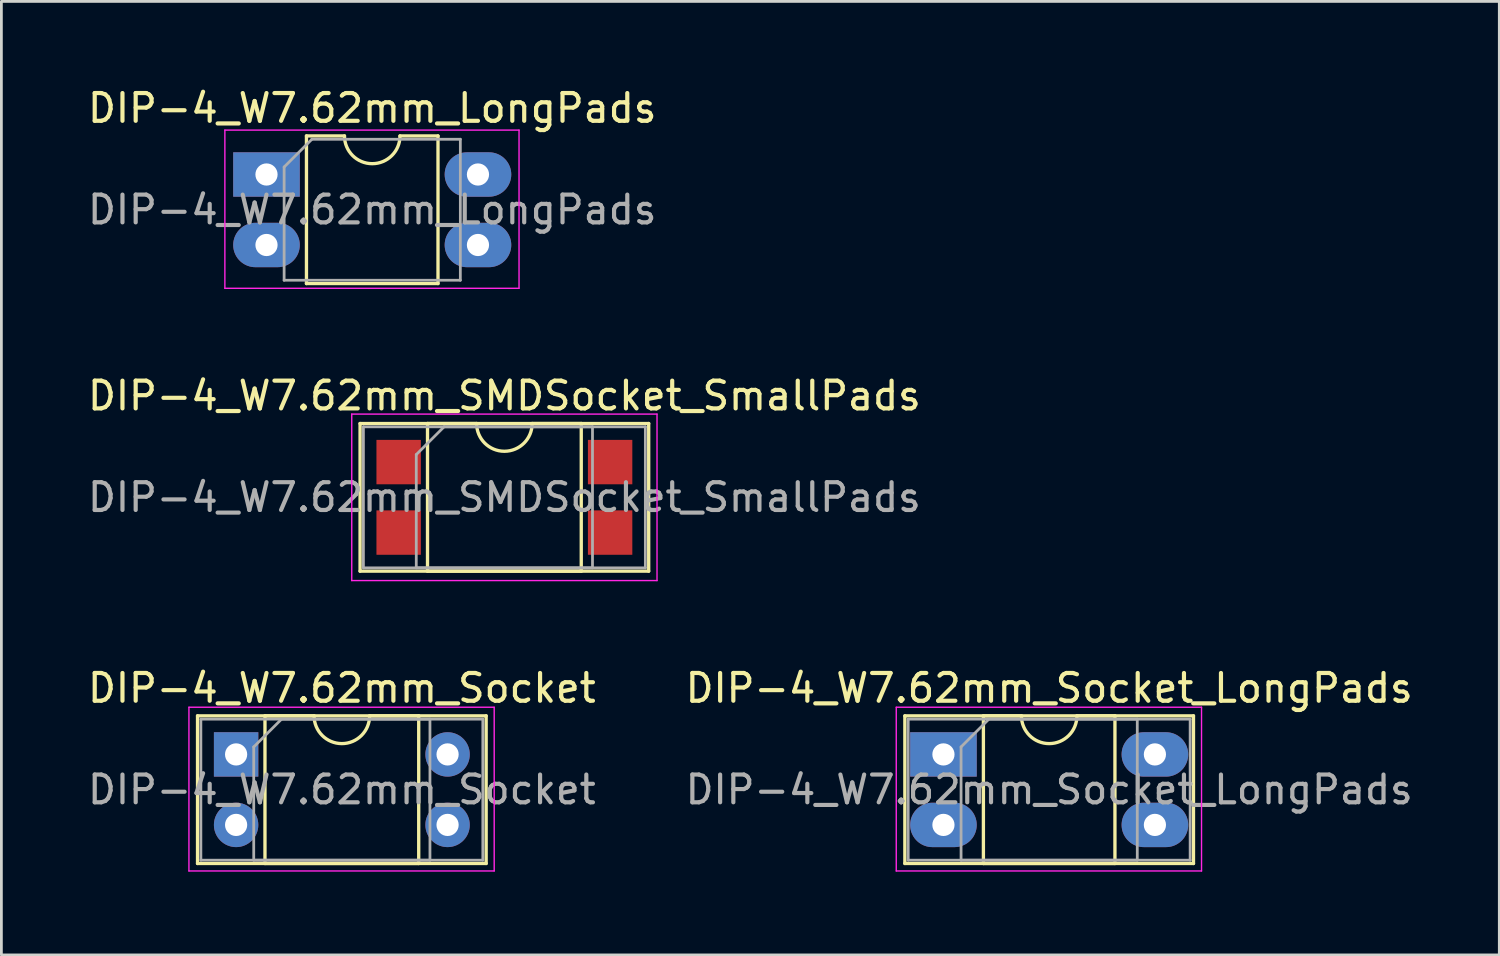
<source format=kicad_pcb>
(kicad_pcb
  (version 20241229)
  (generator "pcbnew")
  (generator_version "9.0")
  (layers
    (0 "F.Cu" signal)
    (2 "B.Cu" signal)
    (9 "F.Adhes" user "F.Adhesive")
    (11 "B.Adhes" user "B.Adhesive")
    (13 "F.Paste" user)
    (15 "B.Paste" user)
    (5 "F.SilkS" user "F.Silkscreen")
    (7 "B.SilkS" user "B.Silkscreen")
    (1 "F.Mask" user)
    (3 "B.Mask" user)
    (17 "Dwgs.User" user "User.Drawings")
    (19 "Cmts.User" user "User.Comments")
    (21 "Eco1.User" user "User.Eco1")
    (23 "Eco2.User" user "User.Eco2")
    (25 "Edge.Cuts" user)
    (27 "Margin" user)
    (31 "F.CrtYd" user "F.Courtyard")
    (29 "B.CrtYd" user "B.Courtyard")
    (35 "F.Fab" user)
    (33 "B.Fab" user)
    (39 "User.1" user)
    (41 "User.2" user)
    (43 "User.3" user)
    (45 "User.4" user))
  (footprint "DIP-4_W7.62mm_Socket_LongPads"
    (layer "F.Cu")
    (at 30.946 24.135)
    (property "Reference" "DIP-4_W7.62mm_Socket_LongPads" (at 3.81 -2.39 0) (layer "F.SilkS") (effects (font (size 1 1) (thickness 0.15))))
    (attr through_hole)
    (fp_line (start -1.39 -1.39) (end -1.39 3.93) (stroke (width 0.12) (type solid)) (layer "F.SilkS"))
    (fp_line (start -1.39 3.93) (end 9.01 3.93) (stroke (width 0.12) (type solid)) (layer "F.SilkS"))
    (fp_line (start 1.44 -1.39) (end 1.44 3.93) (stroke (width 0.12) (type solid)) (layer "F.SilkS"))
    (fp_line (start 1.44 3.93) (end 6.18 3.93) (stroke (width 0.12) (type solid)) (layer "F.SilkS"))
    (fp_line (start 2.81 -1.39) (end 1.44 -1.39) (stroke (width 0.12) (type solid)) (layer "F.SilkS"))
    (fp_line (start 6.18 -1.39) (end 4.81 -1.39) (stroke (width 0.12) (type solid)) (layer "F.SilkS"))
    (fp_line (start 6.18 3.93) (end 6.18 -1.39) (stroke (width 0.12) (type solid)) (layer "F.SilkS"))
    (fp_line (start 9.01 -1.39) (end -1.39 -1.39) (stroke (width 0.12) (type solid)) (layer "F.SilkS"))
    (fp_line (start 9.01 3.93) (end 9.01 -1.39) (stroke (width 0.12) (type solid)) (layer "F.SilkS"))
    (fp_arc (start 4.81 -1.39) (mid 3.81 -0.39) (end 2.81 -1.39) (stroke (width 0.12) (type solid)) (layer "F.SilkS"))
    (fp_line (start -1.7 -1.7) (end -1.7 4.2) (stroke (width 0.05) (type solid)) (layer "F.CrtYd"))
    (fp_line (start -1.7 4.2) (end 9.3 4.2) (stroke (width 0.05) (type solid)) (layer "F.CrtYd"))
    (fp_line (start 9.3 -1.7) (end -1.7 -1.7) (stroke (width 0.05) (type solid)) (layer "F.CrtYd"))
    (fp_line (start 9.3 4.2) (end 9.3 -1.7) (stroke (width 0.05) (type solid)) (layer "F.CrtYd"))
    (fp_line (start -1.27 -1.27) (end -1.27 3.81) (stroke (width 0.1) (type solid)) (layer "F.Fab"))
    (fp_line (start -1.27 3.81) (end 8.89 3.81) (stroke (width 0.1) (type solid)) (layer "F.Fab"))
    (fp_line (start 0.635 -0.27) (end 1.635 -1.27) (stroke (width 0.1) (type solid)) (layer "F.Fab"))
    (fp_line (start 0.635 3.81) (end 0.635 -0.27) (stroke (width 0.1) (type solid)) (layer "F.Fab"))
    (fp_line (start 1.635 -1.27) (end 6.985 -1.27) (stroke (width 0.1) (type solid)) (layer "F.Fab"))
    (fp_line (start 6.985 -1.27) (end 6.985 3.81) (stroke (width 0.1) (type solid)) (layer "F.Fab"))
    (fp_line (start 6.985 3.81) (end 0.635 3.81) (stroke (width 0.1) (type solid)) (layer "F.Fab"))
    (fp_line (start 8.89 -1.27) (end -1.27 -1.27) (stroke (width 0.1) (type solid)) (layer "F.Fab"))
    (fp_line (start 8.89 3.81) (end 8.89 -1.27) (stroke (width 0.1) (type solid)) (layer "F.Fab"))
    (fp_text user "${REFERENCE}" (at 3.81 1.27 0) (layer "F.Fab") (effects (font (size 1 1) (thickness 0.15))))
    (pad "1" thru_hole rect (at 0 0) (size 2.4 1.6) (drill 0.8) (layers "*.Cu" "*.Mask"))
    (pad "2" thru_hole oval (at 0 2.54) (size 2.4 1.6) (drill 0.8) (layers "*.Cu" "*.Mask"))
    (pad "3" thru_hole oval (at 7.62 2.54) (size 2.4 1.6) (drill 0.8) (layers "*.Cu" "*.Mask"))
    (pad "4" thru_hole oval (at 7.62 0) (size 2.4 1.6) (drill 0.8) (layers "*.Cu" "*.Mask")))
  (footprint "DIP-4_W7.62mm_Socket"
    (layer "F.Cu")
    (at 5.458 24.135)
    (property "Reference" "DIP-4_W7.62mm_Socket" (at 3.81 -2.39 0) (layer "F.SilkS") (effects (font (size 1 1) (thickness 0.15))))
    (attr through_hole)
    (fp_line (start -1.39 -1.39) (end -1.39 3.93) (stroke (width 0.12) (type solid)) (layer "F.SilkS"))
    (fp_line (start -1.39 3.93) (end 9.01 3.93) (stroke (width 0.12) (type solid)) (layer "F.SilkS"))
    (fp_line (start 1.04 -1.39) (end 1.04 3.93) (stroke (width 0.12) (type solid)) (layer "F.SilkS"))
    (fp_line (start 1.04 3.93) (end 6.58 3.93) (stroke (width 0.12) (type solid)) (layer "F.SilkS"))
    (fp_line (start 2.81 -1.39) (end 1.04 -1.39) (stroke (width 0.12) (type solid)) (layer "F.SilkS"))
    (fp_line (start 6.58 -1.39) (end 4.81 -1.39) (stroke (width 0.12) (type solid)) (layer "F.SilkS"))
    (fp_line (start 6.58 3.93) (end 6.58 -1.39) (stroke (width 0.12) (type solid)) (layer "F.SilkS"))
    (fp_line (start 9.01 -1.39) (end -1.39 -1.39) (stroke (width 0.12) (type solid)) (layer "F.SilkS"))
    (fp_line (start 9.01 3.93) (end 9.01 -1.39) (stroke (width 0.12) (type solid)) (layer "F.SilkS"))
    (fp_arc (start 4.81 -1.39) (mid 3.81 -0.39) (end 2.81 -1.39) (stroke (width 0.12) (type solid)) (layer "F.SilkS"))
    (fp_line (start -1.7 -1.7) (end -1.7 4.2) (stroke (width 0.05) (type solid)) (layer "F.CrtYd"))
    (fp_line (start -1.7 4.2) (end 9.3 4.2) (stroke (width 0.05) (type solid)) (layer "F.CrtYd"))
    (fp_line (start 9.3 -1.7) (end -1.7 -1.7) (stroke (width 0.05) (type solid)) (layer "F.CrtYd"))
    (fp_line (start 9.3 4.2) (end 9.3 -1.7) (stroke (width 0.05) (type solid)) (layer "F.CrtYd"))
    (fp_line (start -1.27 -1.27) (end -1.27 3.81) (stroke (width 0.1) (type solid)) (layer "F.Fab"))
    (fp_line (start -1.27 3.81) (end 8.89 3.81) (stroke (width 0.1) (type solid)) (layer "F.Fab"))
    (fp_line (start 0.635 -0.27) (end 1.635 -1.27) (stroke (width 0.1) (type solid)) (layer "F.Fab"))
    (fp_line (start 0.635 3.81) (end 0.635 -0.27) (stroke (width 0.1) (type solid)) (layer "F.Fab"))
    (fp_line (start 1.635 -1.27) (end 6.985 -1.27) (stroke (width 0.1) (type solid)) (layer "F.Fab"))
    (fp_line (start 6.985 -1.27) (end 6.985 3.81) (stroke (width 0.1) (type solid)) (layer "F.Fab"))
    (fp_line (start 6.985 3.81) (end 0.635 3.81) (stroke (width 0.1) (type solid)) (layer "F.Fab"))
    (fp_line (start 8.89 -1.27) (end -1.27 -1.27) (stroke (width 0.1) (type solid)) (layer "F.Fab"))
    (fp_line (start 8.89 3.81) (end 8.89 -1.27) (stroke (width 0.1) (type solid)) (layer "F.Fab"))
    (fp_text user "${REFERENCE}" (at 3.81 1.27 0) (layer "F.Fab") (effects (font (size 1 1) (thickness 0.15))))
    (pad "1" thru_hole rect (at 0 0) (size 1.6 1.6) (drill 0.8) (layers "*.Cu" "*.Mask"))
    (pad "2" thru_hole oval (at 0 2.54) (size 1.6 1.6) (drill 0.8) (layers "*.Cu" "*.Mask"))
    (pad "3" thru_hole oval (at 7.62 2.54) (size 1.6 1.6) (drill 0.8) (layers "*.Cu" "*.Mask"))
    (pad "4" thru_hole oval (at 7.62 0) (size 1.6 1.6) (drill 0.8) (layers "*.Cu" "*.Mask")))
  (footprint "DIP-4_W7.62mm_SMDSocket_SmallPads"
    (layer "F.Cu")
    (at 15.125 14.871)
    (property "Reference" "DIP-4_W7.62mm_SMDSocket_SmallPads" (at 0 -3.66 0) (layer "F.SilkS") (effects (font (size 1 1) (thickness 0.15))))
    (attr smd)
    (fp_line (start -5.2 -2.66) (end -5.2 2.66) (stroke (width 0.12) (type solid)) (layer "F.SilkS"))
    (fp_line (start -5.2 2.66) (end 5.2 2.66) (stroke (width 0.12) (type solid)) (layer "F.SilkS"))
    (fp_line (start -2.77 -2.66) (end -2.77 2.66) (stroke (width 0.12) (type solid)) (layer "F.SilkS"))
    (fp_line (start -2.77 2.66) (end 2.77 2.66) (stroke (width 0.12) (type solid)) (layer "F.SilkS"))
    (fp_line (start -1 -2.66) (end -2.77 -2.66) (stroke (width 0.12) (type solid)) (layer "F.SilkS"))
    (fp_line (start 2.77 -2.66) (end 1 -2.66) (stroke (width 0.12) (type solid)) (layer "F.SilkS"))
    (fp_line (start 2.77 2.66) (end 2.77 -2.66) (stroke (width 0.12) (type solid)) (layer "F.SilkS"))
    (fp_line (start 5.2 -2.66) (end -5.2 -2.66) (stroke (width 0.12) (type solid)) (layer "F.SilkS"))
    (fp_line (start 5.2 2.66) (end 5.2 -2.66) (stroke (width 0.12) (type solid)) (layer "F.SilkS"))
    (fp_arc (start 1 -2.66) (mid 0 -1.66) (end -1 -2.66) (stroke (width 0.12) (type solid)) (layer "F.SilkS"))
    (fp_line (start -5.5 -3) (end -5.5 3) (stroke (width 0.05) (type solid)) (layer "F.CrtYd"))
    (fp_line (start -5.5 3) (end 5.5 3) (stroke (width 0.05) (type solid)) (layer "F.CrtYd"))
    (fp_line (start 5.5 -3) (end -5.5 -3) (stroke (width 0.05) (type solid)) (layer "F.CrtYd"))
    (fp_line (start 5.5 3) (end 5.5 -3) (stroke (width 0.05) (type solid)) (layer "F.CrtYd"))
    (fp_line (start -5.08 -2.54) (end -5.08 2.54) (stroke (width 0.1) (type solid)) (layer "F.Fab"))
    (fp_line (start -5.08 2.54) (end 5.08 2.54) (stroke (width 0.1) (type solid)) (layer "F.Fab"))
    (fp_line (start -3.175 -1.54) (end -2.175 -2.54) (stroke (width 0.1) (type solid)) (layer "F.Fab"))
    (fp_line (start -3.175 2.54) (end -3.175 -1.54) (stroke (width 0.1) (type solid)) (layer "F.Fab"))
    (fp_line (start -2.175 -2.54) (end 3.175 -2.54) (stroke (width 0.1) (type solid)) (layer "F.Fab"))
    (fp_line (start 3.175 -2.54) (end 3.175 2.54) (stroke (width 0.1) (type solid)) (layer "F.Fab"))
    (fp_line (start 3.175 2.54) (end -3.175 2.54) (stroke (width 0.1) (type solid)) (layer "F.Fab"))
    (fp_line (start 5.08 -2.54) (end -5.08 -2.54) (stroke (width 0.1) (type solid)) (layer "F.Fab"))
    (fp_line (start 5.08 2.54) (end 5.08 -2.54) (stroke (width 0.1) (type solid)) (layer "F.Fab"))
    (fp_text user "${REFERENCE}" (at 0 0 0) (layer "F.Fab") (effects (font (size 1 1) (thickness 0.15))))
    (pad "1" smd rect (at -3.81 -1.27) (size 1.6 1.6) (layers "F.Cu" "F.Mask" "F.Paste"))
    (pad "2" smd rect (at -3.81 1.27) (size 1.6 1.6) (layers "F.Cu" "F.Mask" "F.Paste"))
    (pad "3" smd rect (at 3.81 1.27) (size 1.6 1.6) (layers "F.Cu" "F.Mask" "F.Paste"))
    (pad "4" smd rect (at 3.81 -1.27) (size 1.6 1.6) (layers "F.Cu" "F.Mask" "F.Paste")))
  (footprint "DIP-4_W7.62mm_LongPads"
    (layer "F.Cu")
    (at 6.553 3.238)
    (property "Reference" "DIP-4_W7.62mm_LongPads" (at 3.81 -2.39 0) (layer "F.SilkS") (effects (font (size 1 1) (thickness 0.15))))
    (attr through_hole)
    (fp_line (start 1.44 -1.39) (end 1.44 3.93) (stroke (width 0.12) (type solid)) (layer "F.SilkS"))
    (fp_line (start 1.44 3.93) (end 6.18 3.93) (stroke (width 0.12) (type solid)) (layer "F.SilkS"))
    (fp_line (start 2.81 -1.39) (end 1.44 -1.39) (stroke (width 0.12) (type solid)) (layer "F.SilkS"))
    (fp_line (start 6.18 -1.39) (end 4.81 -1.39) (stroke (width 0.12) (type solid)) (layer "F.SilkS"))
    (fp_line (start 6.18 3.93) (end 6.18 -1.39) (stroke (width 0.12) (type solid)) (layer "F.SilkS"))
    (fp_arc (start 4.81 -1.39) (mid 3.81 -0.39) (end 2.81 -1.39) (stroke (width 0.12) (type solid)) (layer "F.SilkS"))
    (fp_line (start -1.5 -1.6) (end -1.5 4.1) (stroke (width 0.05) (type solid)) (layer "F.CrtYd"))
    (fp_line (start -1.5 4.1) (end 9.1 4.1) (stroke (width 0.05) (type solid)) (layer "F.CrtYd"))
    (fp_line (start 9.1 -1.6) (end -1.5 -1.6) (stroke (width 0.05) (type solid)) (layer "F.CrtYd"))
    (fp_line (start 9.1 4.1) (end 9.1 -1.6) (stroke (width 0.05) (type solid)) (layer "F.CrtYd"))
    (fp_line (start 0.635 -0.27) (end 1.635 -1.27) (stroke (width 0.1) (type solid)) (layer "F.Fab"))
    (fp_line (start 0.635 3.81) (end 0.635 -0.27) (stroke (width 0.1) (type solid)) (layer "F.Fab"))
    (fp_line (start 1.635 -1.27) (end 6.985 -1.27) (stroke (width 0.1) (type solid)) (layer "F.Fab"))
    (fp_line (start 6.985 -1.27) (end 6.985 3.81) (stroke (width 0.1) (type solid)) (layer "F.Fab"))
    (fp_line (start 6.985 3.81) (end 0.635 3.81) (stroke (width 0.1) (type solid)) (layer "F.Fab"))
    (fp_text user "${REFERENCE}" (at 3.81 1.27 0) (layer "F.Fab") (effects (font (size 1 1) (thickness 0.15))))
    (pad "1" thru_hole rect (at 0 0) (size 2.4 1.6) (drill 0.8) (layers "*.Cu" "*.Mask"))
    (pad "2" thru_hole oval (at 0 2.54) (size 2.4 1.6) (drill 0.8) (layers "*.Cu" "*.Mask"))
    (pad "3" thru_hole oval (at 7.62 2.54) (size 2.4 1.6) (drill 0.8) (layers "*.Cu" "*.Mask"))
    (pad "4" thru_hole oval (at 7.62 0) (size 2.4 1.6) (drill 0.8) (layers "*.Cu" "*.Mask")))
  (gr_rect
    (start -3 -3)
    (end 50.976 31.36)
    (stroke (width 0.1) (type default))
    (fill no)
    (layer "Edge.Cuts")))
</source>
